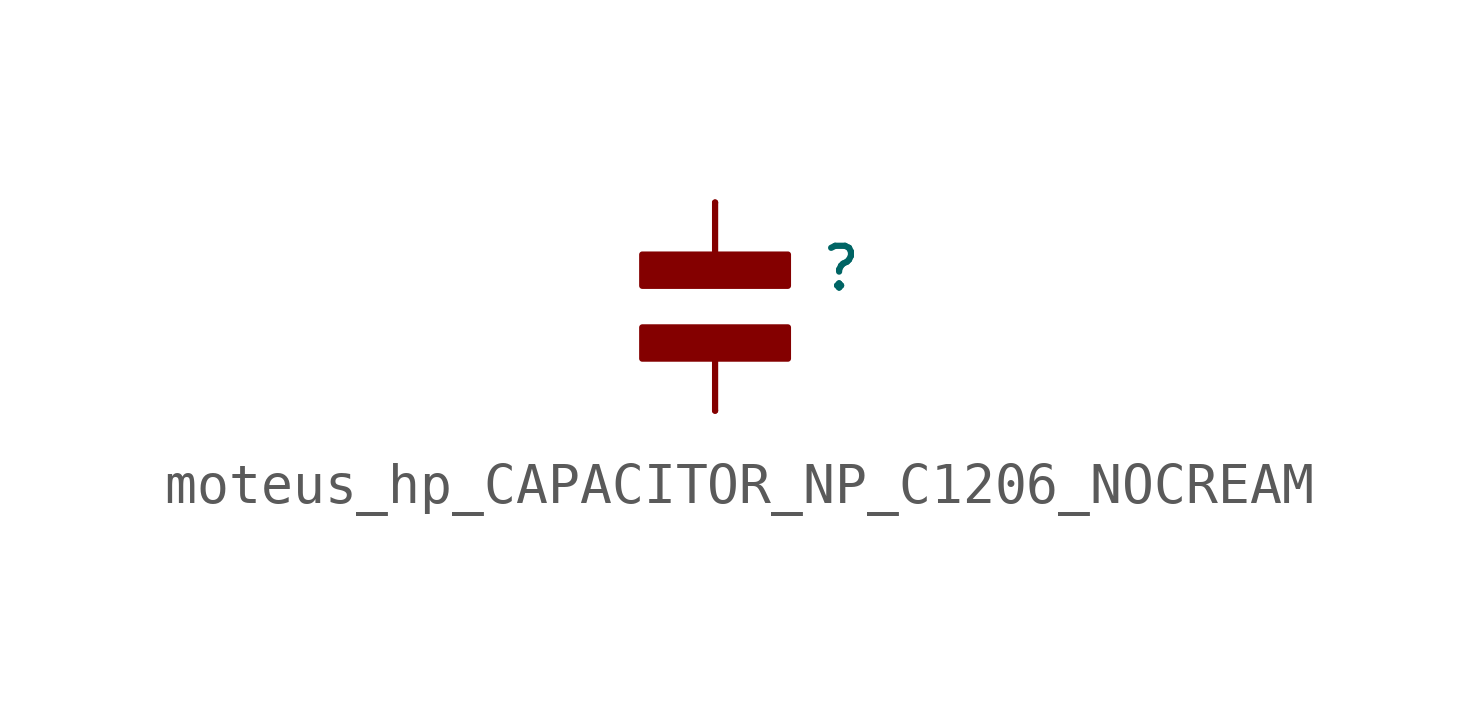
<source format=kicad_sym>
(kicad_symbol_lib
  (version 20241209)
  (generator "kicad_symbol_editor")
  (generator_version "9.0")
  (symbol "moteus_hp_CAPACITOR_NP_C1206_NOCREAM"
    (property "Reference" ""
      (at 2.54 1.524 0)
      (effects (font (size 1.016 1.016)) (justify left top)))
    (property "Value" ""
      (at 2.54 -1.524 0)
      (effects (font (size 1.016 1.016)) (justify left bottom)))
    (property "ki_locked" ""
      (at 0 0 0)
      (effects (font (size 1.27 1.27))))
    (symbol "moteus_hp_CAPACITOR_NP_C1206_NOCREAM_1_0"
      (rectangle (start -1.778 0.508) (end 1.778 1.27) (stroke (width 0) (type default)) (fill (type outline)))
      (rectangle (start -1.778 -1.27) (end 1.778 -0.508) (stroke (width 0) (type default)) (fill (type outline)))
      (polyline (pts (xy 0 2.54) (xy 0 1.016)) (stroke (width 0.152) (type solid)) (fill (type none)))
      (polyline (pts (xy 0 -2.54) (xy 0 -1.016)) (stroke (width 0.152) (type solid)) (fill (type none)))
      (pin passive line (at 0 2.54 270) (length 0) (name "P$1" (effects (font (size 0 0)))) (number "P$1" (effects (font (size 0 0)))))
      (pin passive line (at 0 -2.54 90) (length 0) (name "P$2" (effects (font (size 0 0)))) (number "P$2" (effects (font (size 0 0))))))))
</source>
